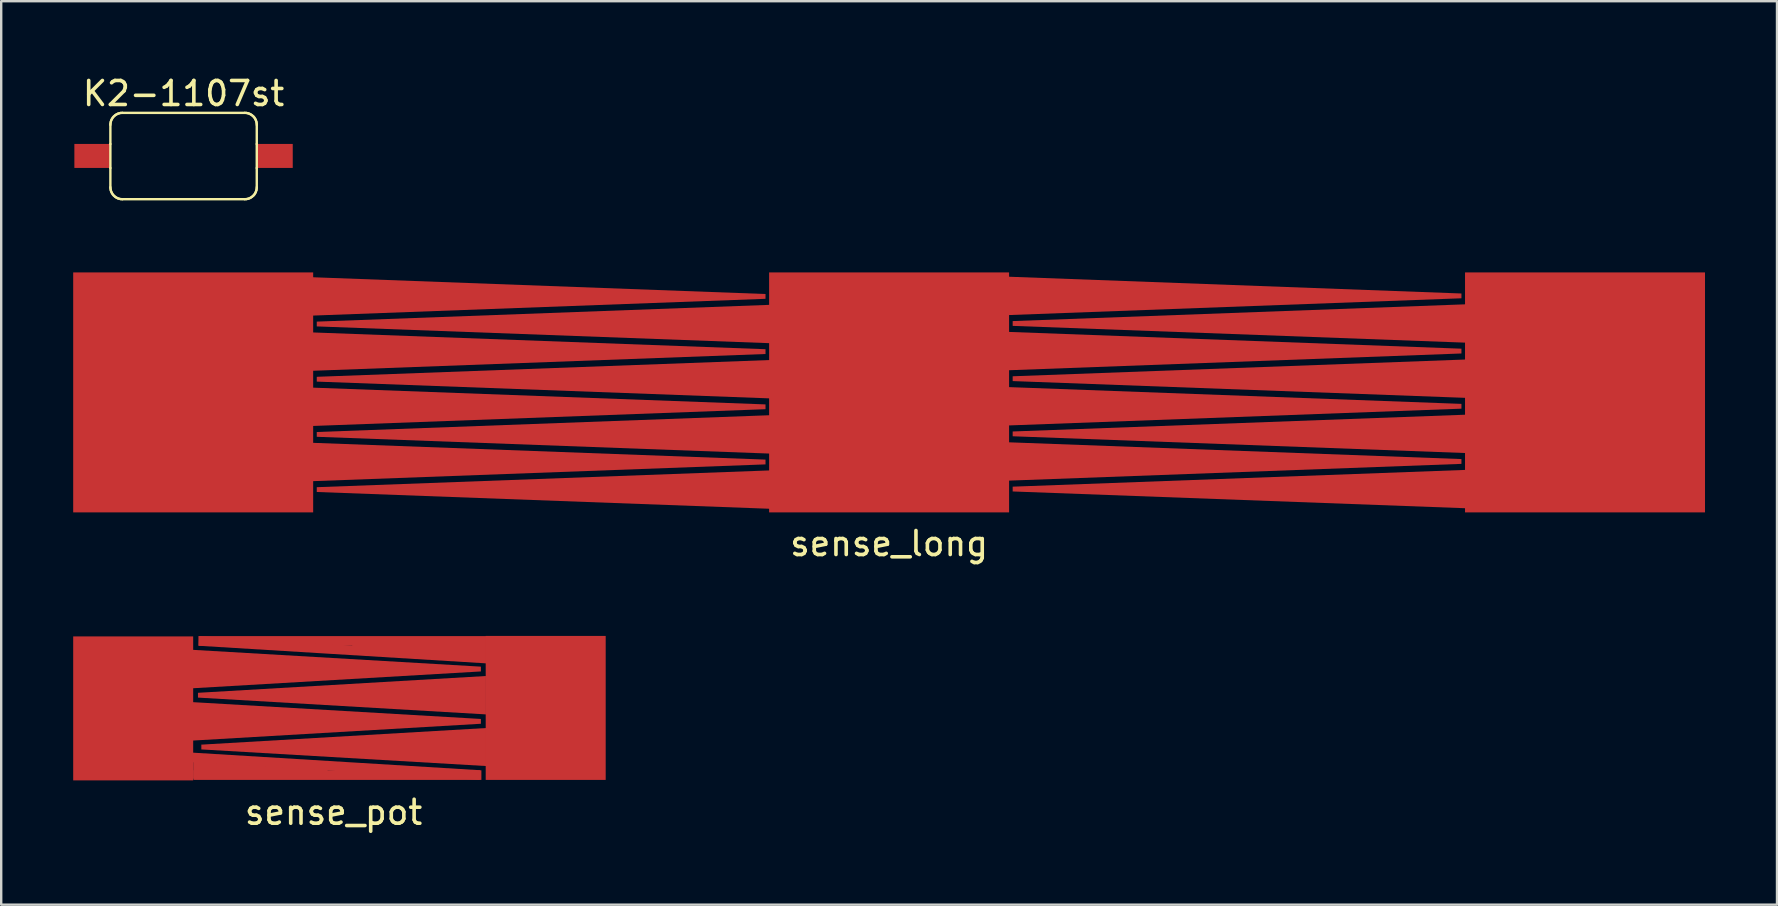
<source format=kicad_pcb>
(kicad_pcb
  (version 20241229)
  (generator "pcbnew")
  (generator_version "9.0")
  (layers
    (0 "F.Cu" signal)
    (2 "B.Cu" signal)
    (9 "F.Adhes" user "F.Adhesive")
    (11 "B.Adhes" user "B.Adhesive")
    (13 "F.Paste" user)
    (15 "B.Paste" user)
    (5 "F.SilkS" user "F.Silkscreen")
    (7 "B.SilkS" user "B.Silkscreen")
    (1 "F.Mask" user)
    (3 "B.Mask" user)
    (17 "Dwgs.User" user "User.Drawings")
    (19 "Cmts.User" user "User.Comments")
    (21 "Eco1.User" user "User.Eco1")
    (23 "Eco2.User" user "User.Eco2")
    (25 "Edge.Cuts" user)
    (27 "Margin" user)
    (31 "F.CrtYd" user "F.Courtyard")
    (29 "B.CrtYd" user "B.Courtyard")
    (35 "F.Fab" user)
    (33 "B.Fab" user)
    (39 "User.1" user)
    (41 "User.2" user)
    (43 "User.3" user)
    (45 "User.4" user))
  (footprint "sense_pot"
    (layer "F.Cu")
    (at 10.88 26.46)
    (property "Reference" "sense_pot" (at -0.03 4.34 0) (layer "F.SilkS") (effects (font (size 1 1) (thickness 0.15))))
    (attr through_hole)
    (pad "1" smd rect (at -8.38 0.01) (size 5 6) (layers "F.Cu" "F.Mask" "F.Paste"))
    (pad "1" smd rect (at -3.08 2.59) (size 5.6 0.7) (layers "F.Cu" "F.Mask" "F.Paste"))
    (pad "1" smd rect (at 0.08 2.42 356.5) (size 12 0.4) (layers "F.Cu" "F.Mask" "F.Paste"))
    (pad "1" smd trapezoid (at 0.11 -1.63) (size 12 0.9) (rect_delta 0.7 0) (layers "F.Cu" "F.Mask" "F.Paste"))
    (pad "1" smd trapezoid (at 0.11 0.55) (size 12 0.9) (rect_delta 0.7 0) (layers "F.Cu" "F.Mask" "F.Paste"))
    (pad "1" smd rect (at 0.13 2.79) (size 12 0.4) (layers "F.Cu" "F.Mask" "F.Paste"))
    (pad "2" smd trapezoid (at 0.32 -0.54 180) (size 12 0.9) (rect_delta 0.7 0) (layers "F.Cu" "F.Mask" "F.Paste"))
    (pad "2" smd rect (at 0.339 -2.803 180) (size 12 0.4) (layers "F.Cu" "F.Mask" "F.Paste"))
    (pad "2" smd rect (at 0.349 -2.433 176.5) (size 12 0.4) (layers "F.Cu" "F.Mask" "F.Paste"))
    (pad "2" smd trapezoid (at 0.46 1.62 180) (size 12 0.9) (rect_delta 0.7 0) (layers "F.Cu" "F.Mask" "F.Paste"))
    (pad "2" smd rect (at 3.549 -2.603 180) (size 5.6 0.7) (layers "F.Cu" "F.Mask" "F.Paste"))
    (pad "2" smd rect (at 8.81 -0.01 180) (size 5 6) (layers "F.Cu" "F.Mask" "F.Paste")))
  (footprint "K2-1107st"
    (layer "F.Cu")
    (at 4.599 3.448)
    (property "Reference" "K2-1107st" (at 0 -2.6 0) (layer "F.SilkS") (effects (font (size 1 1) (thickness 0.15))))
    (attr through_hole)
    (fp_line (start -3.049 -1.296) (end -3.045 -1.362) (stroke (width 0.1) (type solid)) (layer "F.SilkS"))
    (fp_line (start -3.049 -0.496) (end -3.049 -1.296) (stroke (width 0.1) (type solid)) (layer "F.SilkS"))
    (fp_line (start -3.049 0.504) (end -3.049 -0.496) (stroke (width 0.1) (type solid)) (layer "F.SilkS"))
    (fp_line (start -3.049 1.304) (end -3.049 0.504) (stroke (width 0.1) (type solid)) (layer "F.SilkS"))
    (fp_line (start -3.045 -1.362) (end -3.032 -1.426) (stroke (width 0.1) (type solid)) (layer "F.SilkS"))
    (fp_line (start -3.045 1.369) (end -3.049 1.304) (stroke (width 0.1) (type solid)) (layer "F.SilkS"))
    (fp_line (start -3.032 -1.426) (end -3.011 -1.488) (stroke (width 0.1) (type solid)) (layer "F.SilkS"))
    (fp_line (start -3.032 1.433) (end -3.045 1.369) (stroke (width 0.1) (type solid)) (layer "F.SilkS"))
    (fp_line (start -3.011 -1.488) (end -2.982 -1.546) (stroke (width 0.1) (type solid)) (layer "F.SilkS"))
    (fp_line (start -3.011 1.495) (end -3.032 1.433) (stroke (width 0.1) (type solid)) (layer "F.SilkS"))
    (fp_line (start -2.982 -1.546) (end -2.946 -1.601) (stroke (width 0.1) (type solid)) (layer "F.SilkS"))
    (fp_line (start -2.982 1.554) (end -3.011 1.495) (stroke (width 0.1) (type solid)) (layer "F.SilkS"))
    (fp_line (start -2.946 -1.601) (end -2.902 -1.65) (stroke (width 0.1) (type solid)) (layer "F.SilkS"))
    (fp_line (start -2.946 1.608) (end -2.982 1.554) (stroke (width 0.1) (type solid)) (layer "F.SilkS"))
    (fp_line (start -2.902 -1.65) (end -2.853 -1.693) (stroke (width 0.1) (type solid)) (layer "F.SilkS"))
    (fp_line (start -2.902 1.657) (end -2.946 1.608) (stroke (width 0.1) (type solid)) (layer "F.SilkS"))
    (fp_line (start -2.853 -1.693) (end -2.799 -1.729) (stroke (width 0.1) (type solid)) (layer "F.SilkS"))
    (fp_line (start -2.853 1.7) (end -2.902 1.657) (stroke (width 0.1) (type solid)) (layer "F.SilkS"))
    (fp_line (start -2.799 -1.729) (end -2.74 -1.758) (stroke (width 0.1) (type solid)) (layer "F.SilkS"))
    (fp_line (start -2.799 1.737) (end -2.853 1.7) (stroke (width 0.1) (type solid)) (layer "F.SilkS"))
    (fp_line (start -2.74 -1.758) (end -2.678 -1.779) (stroke (width 0.1) (type solid)) (layer "F.SilkS"))
    (fp_line (start -2.74 1.766) (end -2.799 1.737) (stroke (width 0.1) (type solid)) (layer "F.SilkS"))
    (fp_line (start -2.678 -1.779) (end -2.614 -1.792) (stroke (width 0.1) (type solid)) (layer "F.SilkS"))
    (fp_line (start -2.678 1.787) (end -2.74 1.766) (stroke (width 0.1) (type solid)) (layer "F.SilkS"))
    (fp_line (start -2.614 -1.792) (end -2.549 -1.796) (stroke (width 0.1) (type solid)) (layer "F.SilkS"))
    (fp_line (start -2.614 1.799) (end -2.678 1.787) (stroke (width 0.1) (type solid)) (layer "F.SilkS"))
    (fp_line (start -2.549 -1.796) (end 2.551 -1.796) (stroke (width 0.1) (type solid)) (layer "F.SilkS"))
    (fp_line (start -2.549 1.804) (end -2.614 1.799) (stroke (width 0.1) (type solid)) (layer "F.SilkS"))
    (fp_line (start 2.551 -1.796) (end 2.616 -1.792) (stroke (width 0.1) (type solid)) (layer "F.SilkS"))
    (fp_line (start 2.551 1.804) (end -2.549 1.804) (stroke (width 0.1) (type solid)) (layer "F.SilkS"))
    (fp_line (start 2.616 -1.792) (end 2.681 -1.779) (stroke (width 0.1) (type solid)) (layer "F.SilkS"))
    (fp_line (start 2.616 1.799) (end 2.551 1.804) (stroke (width 0.1) (type solid)) (layer "F.SilkS"))
    (fp_line (start 2.681 -1.779) (end 2.742 -1.758) (stroke (width 0.1) (type solid)) (layer "F.SilkS"))
    (fp_line (start 2.681 1.787) (end 2.616 1.799) (stroke (width 0.1) (type solid)) (layer "F.SilkS"))
    (fp_line (start 2.742 -1.758) (end 2.801 -1.729) (stroke (width 0.1) (type solid)) (layer "F.SilkS"))
    (fp_line (start 2.742 1.766) (end 2.681 1.787) (stroke (width 0.1) (type solid)) (layer "F.SilkS"))
    (fp_line (start 2.801 -1.729) (end 2.855 -1.693) (stroke (width 0.1) (type solid)) (layer "F.SilkS"))
    (fp_line (start 2.801 1.737) (end 2.742 1.766) (stroke (width 0.1) (type solid)) (layer "F.SilkS"))
    (fp_line (start 2.855 -1.693) (end 2.905 -1.65) (stroke (width 0.1) (type solid)) (layer "F.SilkS"))
    (fp_line (start 2.855 1.7) (end 2.801 1.737) (stroke (width 0.1) (type solid)) (layer "F.SilkS"))
    (fp_line (start 2.905 -1.65) (end 2.948 -1.601) (stroke (width 0.1) (type solid)) (layer "F.SilkS"))
    (fp_line (start 2.905 1.657) (end 2.855 1.7) (stroke (width 0.1) (type solid)) (layer "F.SilkS"))
    (fp_line (start 2.948 -1.601) (end 2.984 -1.546) (stroke (width 0.1) (type solid)) (layer "F.SilkS"))
    (fp_line (start 2.948 1.608) (end 2.905 1.657) (stroke (width 0.1) (type solid)) (layer "F.SilkS"))
    (fp_line (start 2.984 -1.546) (end 3.013 -1.488) (stroke (width 0.1) (type solid)) (layer "F.SilkS"))
    (fp_line (start 2.984 1.554) (end 2.948 1.608) (stroke (width 0.1) (type solid)) (layer "F.SilkS"))
    (fp_line (start 3.013 -1.488) (end 3.034 -1.426) (stroke (width 0.1) (type solid)) (layer "F.SilkS"))
    (fp_line (start 3.013 1.495) (end 2.984 1.554) (stroke (width 0.1) (type solid)) (layer "F.SilkS"))
    (fp_line (start 3.034 -1.426) (end 3.047 -1.362) (stroke (width 0.1) (type solid)) (layer "F.SilkS"))
    (fp_line (start 3.034 1.433) (end 3.013 1.495) (stroke (width 0.1) (type solid)) (layer "F.SilkS"))
    (fp_line (start 3.047 -1.362) (end 3.051 -1.296) (stroke (width 0.1) (type solid)) (layer "F.SilkS"))
    (fp_line (start 3.047 1.369) (end 3.034 1.433) (stroke (width 0.1) (type solid)) (layer "F.SilkS"))
    (fp_line (start 3.051 -1.296) (end 3.051 -0.496) (stroke (width 0.1) (type solid)) (layer "F.SilkS"))
    (fp_line (start 3.051 -0.496) (end 3.051 0.504) (stroke (width 0.1) (type solid)) (layer "F.SilkS"))
    (fp_line (start 3.051 0.504) (end 3.051 1.304) (stroke (width 0.1) (type solid)) (layer "F.SilkS"))
    (fp_line (start 3.051 1.304) (end 3.047 1.369) (stroke (width 0.1) (type solid)) (layer "F.SilkS"))
    (fp_line (start -4.549 -0.496) (end -3.049 -0.496) (stroke (width 0.1) (type solid)) (layer "Eco2.User"))
    (fp_line (start -4.549 0.504) (end -4.549 -0.496) (stroke (width 0.1) (type solid)) (layer "Eco2.User"))
    (fp_line (start -3.049 -0.496) (end -3.049 0.504) (stroke (width 0.1) (type solid)) (layer "Eco2.User"))
    (fp_line (start -3.049 0.504) (end -4.549 0.504) (stroke (width 0.1) (type solid)) (layer "Eco2.User"))
    (fp_line (start 3.051 -0.496) (end 4.551 -0.496) (stroke (width 0.1) (type solid)) (layer "Eco2.User"))
    (fp_line (start 3.051 0.504) (end 3.051 -0.496) (stroke (width 0.1) (type solid)) (layer "Eco2.User"))
    (fp_line (start 4.551 -0.496) (end 4.551 0.504) (stroke (width 0.1) (type solid)) (layer "Eco2.User"))
    (fp_line (start 4.551 0.504) (end 3.051 0.504) (stroke (width 0.1) (type solid)) (layer "Eco2.User"))
    (pad "1" smd rect (at -3.8 0) (size 1.5 1) (layers "F.Cu" "F.Mask" "F.Paste"))
    (pad "2" smd rect (at 3.8 0) (size 1.5 1) (layers "F.Cu" "F.Mask" "F.Paste")))
  (footprint "sense_long"
    (layer "F.Cu")
    (at 34 13.302)
    (property "Reference" "sense_long" (at 0 6.3 0) (layer "F.SilkS") (effects (font (size 1 1) (thickness 0.15))))
    (attr through_hole)
    (pad "1" smd rect (at -29 0) (size 10 10) (layers "F.Cu"))
    (pad "1" smd trapezoid (at -14.6 -4) (size 18.9 0.9) (rect_delta 0.7 0) (layers "F.Cu"))
    (pad "1" smd trapezoid (at -14.6 -1.7) (size 18.9 0.9) (rect_delta 0.7 0) (layers "F.Cu"))
    (pad "1" smd trapezoid (at -14.6 0.6) (size 18.9 0.9) (rect_delta 0.7 0) (layers "F.Cu"))
    (pad "1" smd trapezoid (at -14.6 2.9) (size 18.9 0.9) (rect_delta 0.7 0) (layers "F.Cu"))
    (pad "2" smd trapezoid (at -14.4 -2.85 180) (size 18.9 0.9) (rect_delta 0.7 0) (layers "F.Cu"))
    (pad "2" smd trapezoid (at -14.4 -0.55 180) (size 18.9 0.9) (rect_delta 0.7 0) (layers "F.Cu"))
    (pad "2" smd trapezoid (at -14.4 1.75 180) (size 18.9 0.9) (rect_delta 0.7 0) (layers "F.Cu"))
    (pad "2" smd trapezoid (at -14.4 4.05 180) (size 18.9 0.9) (rect_delta 0.7 0) (layers "F.Cu"))
    (pad "2" smd rect (at 0 0 180) (size 10 10) (layers "F.Cu"))
    (pad "2" smd trapezoid (at 14.4 -4.022) (size 18.9 0.9) (rect_delta 0.7 0) (layers "F.Cu"))
    (pad "2" smd trapezoid (at 14.4 -1.722) (size 18.9 0.9) (rect_delta 0.7 0) (layers "F.Cu"))
    (pad "2" smd trapezoid (at 14.4 0.578) (size 18.9 0.9) (rect_delta 0.7 0) (layers "F.Cu"))
    (pad "2" smd trapezoid (at 14.4 2.878) (size 18.9 0.9) (rect_delta 0.7 0) (layers "F.Cu"))
    (pad "3" smd trapezoid (at 14.6 -2.872 180) (size 18.9 0.9) (rect_delta 0.7 0) (layers "F.Cu"))
    (pad "3" smd trapezoid (at 14.6 -0.572 180) (size 18.9 0.9) (rect_delta 0.7 0) (layers "F.Cu"))
    (pad "3" smd trapezoid (at 14.6 1.728 180) (size 18.9 0.9) (rect_delta 0.7 0) (layers "F.Cu"))
    (pad "3" smd trapezoid (at 14.6 4.028 180) (size 18.9 0.9) (rect_delta 0.7 0) (layers "F.Cu"))
    (pad "3" smd rect (at 29 0) (size 10 10) (layers "F.Cu")))
  (gr_rect
    (start -3 -3)
    (end 71 34.648)
    (stroke (width 0.1) (type default))
    (fill no)
    (layer "Edge.Cuts")))
</source>
